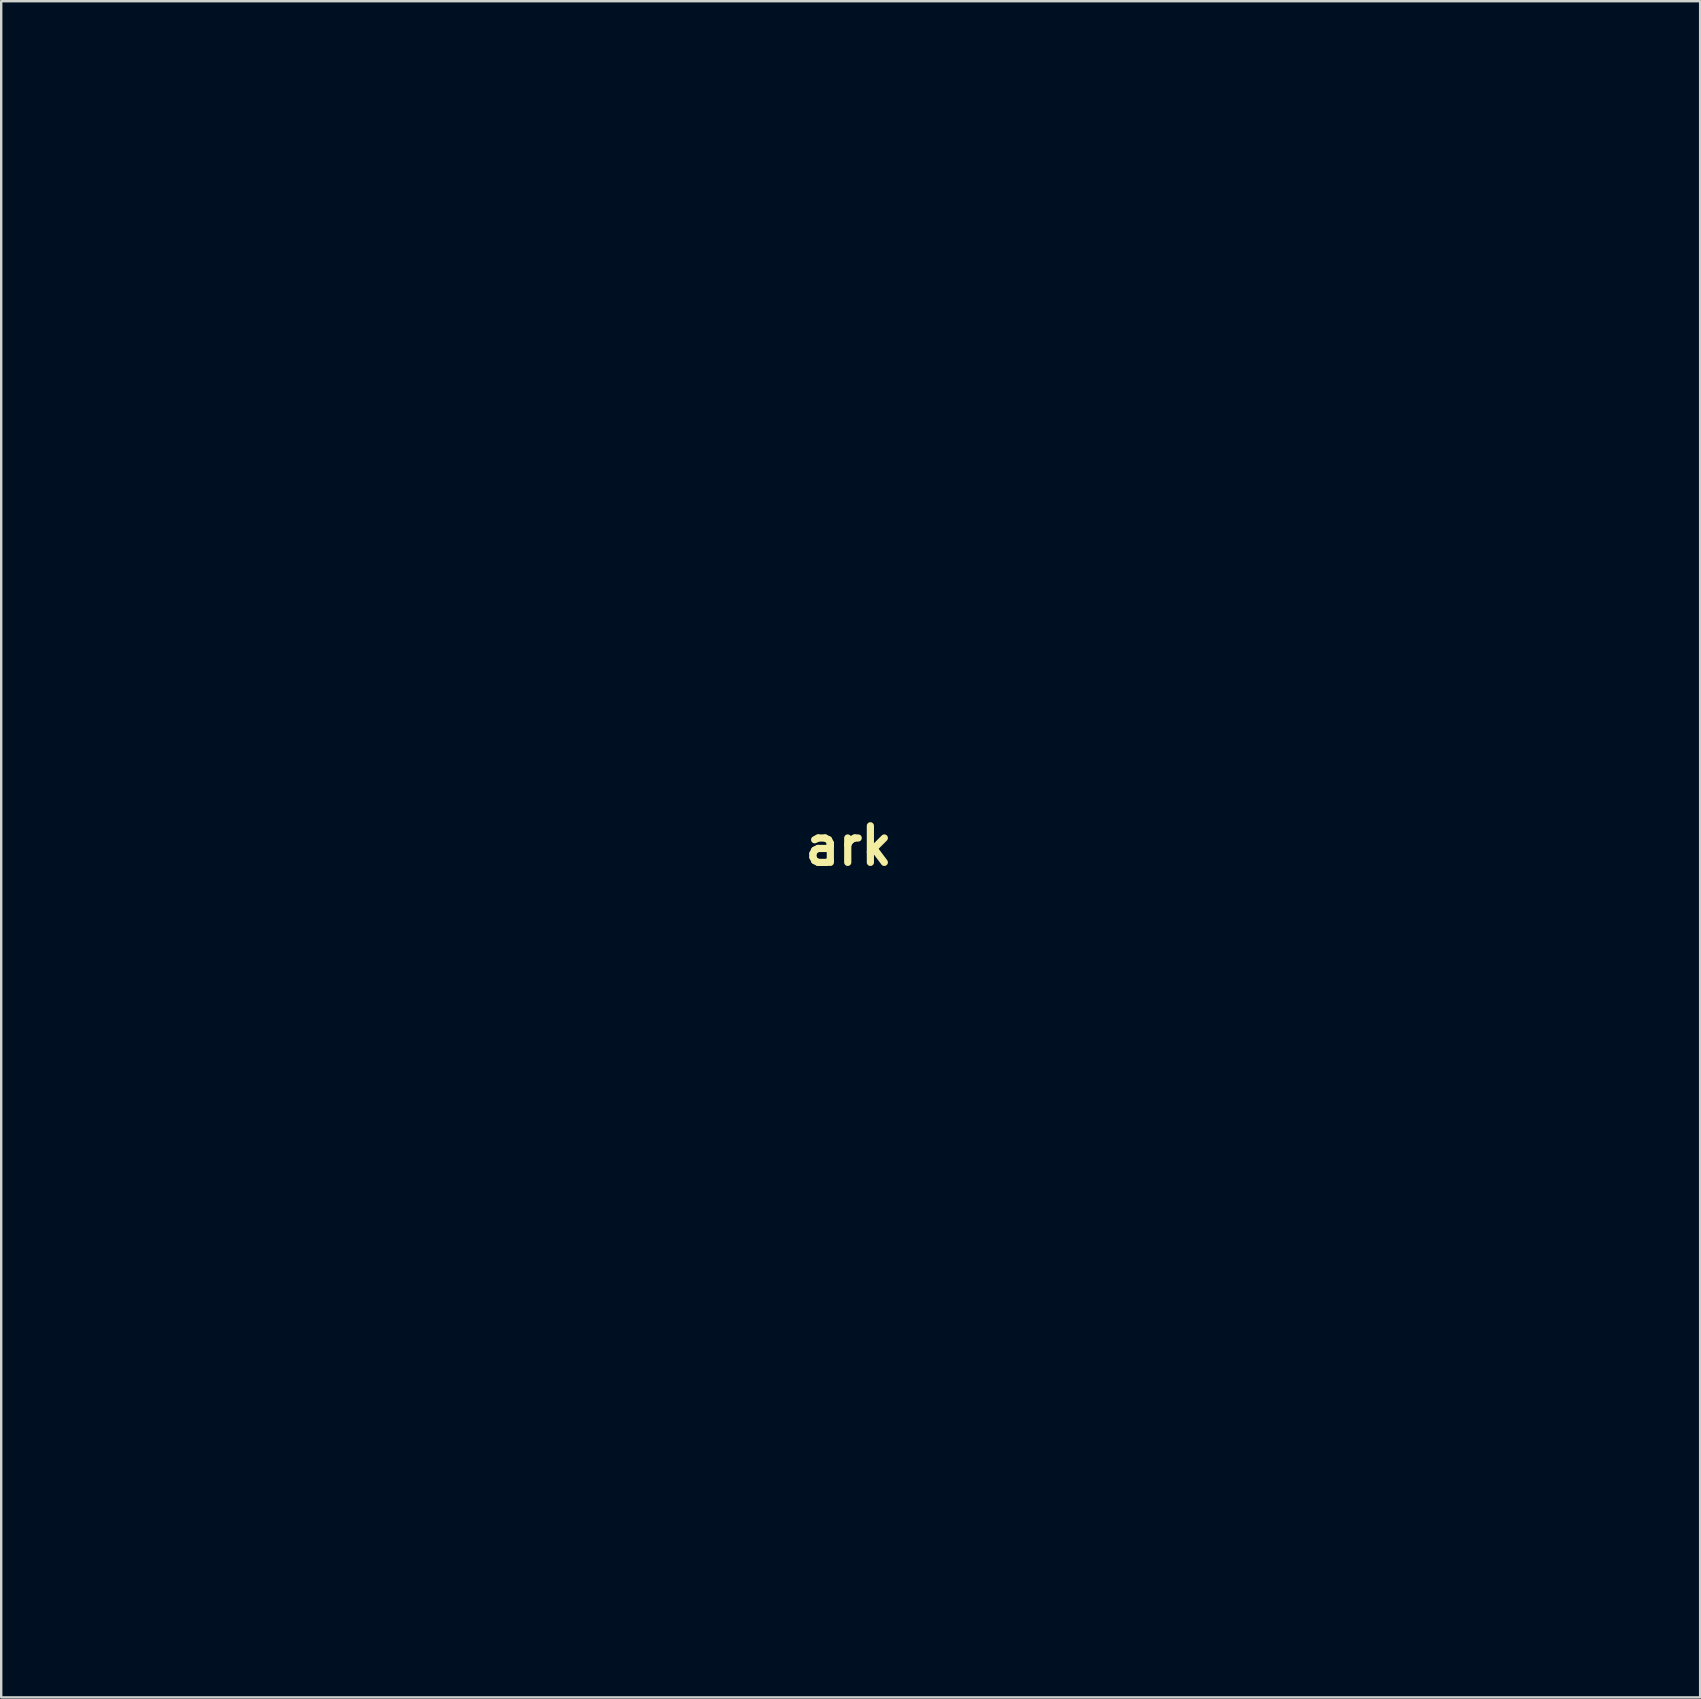
<source format=kicad_pcb>
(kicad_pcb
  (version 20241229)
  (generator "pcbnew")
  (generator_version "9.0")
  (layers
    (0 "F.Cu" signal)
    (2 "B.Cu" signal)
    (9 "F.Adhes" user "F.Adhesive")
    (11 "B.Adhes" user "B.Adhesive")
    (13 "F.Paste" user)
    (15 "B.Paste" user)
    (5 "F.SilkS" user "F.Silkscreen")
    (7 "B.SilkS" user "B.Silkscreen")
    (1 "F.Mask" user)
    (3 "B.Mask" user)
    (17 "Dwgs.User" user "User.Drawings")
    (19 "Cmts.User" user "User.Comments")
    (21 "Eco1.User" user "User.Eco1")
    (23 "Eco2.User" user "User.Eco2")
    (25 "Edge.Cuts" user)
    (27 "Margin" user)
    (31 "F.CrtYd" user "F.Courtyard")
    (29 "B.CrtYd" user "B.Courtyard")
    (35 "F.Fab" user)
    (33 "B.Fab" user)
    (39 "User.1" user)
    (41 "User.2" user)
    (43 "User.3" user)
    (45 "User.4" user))
  (footprint "ark"
    (layer "F.Cu")
    (at 32.317 32.201)
    (property "Reference" "ark" (at 0 0 0) (layer "F.SilkS") (effects (font (size 1.524 1.524) (thickness 0.3))))
    (attr through_hole)
    (fp_poly (pts (xy 0.253 -32.105) (xy 0.693 -31.84) (xy 1.386 -31.413) (xy 2.314 -30.835) (xy 3.457 -30.118) (xy 4.798 -29.275) (xy 6.318 -28.317) (xy 7.997 -27.255) (xy 9.816 -26.103) (xy 11.758 -24.871) (xy 13.802 -23.572) (xy 15.931 -22.217) (xy 16.376 -21.934) (xy 32.484 -11.671) (xy 32.484 32.484) (xy 9.158 32.484) (xy 9.158 11.404) (xy 18.834 11.404) (xy 18.833 5.4) (xy 18.83 3.904) (xy 18.82 2.443) (xy 18.805 1.071) (xy 18.786 -0.157) (xy 18.763 -1.185) (xy 18.738 -1.958) (xy 18.721 -2.289) (xy 18.609 -3.974) (xy 13.65 -3.974) (xy 13.65 4.665) (xy 2.246 4.665) (xy 2.246 -3.801) (xy -2.073 -3.801) (xy -2.073 4.665) (xy -13.478 4.665) (xy -13.478 -3.974) (xy -18.436 -3.974) (xy -18.548 -2.289) (xy -18.575 -1.707) (xy -18.599 -0.834) (xy -18.621 0.274) (xy -18.639 1.561) (xy -18.651 2.973) (xy -18.659 4.453) (xy -18.66 5.4) (xy -18.661 11.404) (xy -8.985 11.404) (xy -8.985 32.484) (xy -32.312 32.484) (xy -32.312 29.029) (xy -28.856 29.029) (xy -12.441 29.029) (xy -12.441 14.86) (xy -22.171 14.86) (xy -22.057 12.5) (xy -22.035 11.85) (xy -22.014 10.9) (xy -21.994 9.694) (xy -21.978 8.278) (xy -21.964 6.697) (xy -21.953 4.996) (xy -21.947 3.221) (xy -21.944 1.416) (xy -21.944 1.355) (xy -21.944 -7.43) (xy -10.022 -7.43) (xy -10.022 1.21) (xy -5.529 1.21) (xy -5.529 -7.257) (xy 5.702 -7.257) (xy 5.702 1.21) (xy 10.195 1.21) (xy 10.195 -7.43) (xy 22.117 -7.43) (xy 22.117 1.355) (xy 22.119 3.16) (xy 22.126 4.938) (xy 22.136 6.642) (xy 22.15 8.227) (xy 22.167 9.649) (xy 22.186 10.863) (xy 22.207 11.823) (xy 22.229 12.483) (xy 22.23 12.5) (xy 22.343 14.86) (xy 12.614 14.86) (xy 12.614 29.029) (xy 29.029 29.029) (xy 29.018 -9.935) (xy 26.993 -11.185) (xy 26.534 -11.47) (xy 25.808 -11.923) (xy 24.842 -12.528) (xy 23.663 -13.268) (xy 22.295 -14.127) (xy 20.765 -15.089) (xy 19.1 -16.137) (xy 17.324 -17.254) (xy 15.465 -18.425) (xy 13.548 -19.633) (xy 12.529 -20.274) (xy 0.09 -28.115) (xy -1.208 -27.301) (xy -1.562 -27.079) (xy -2.182 -26.688) (xy -3.044 -26.146) (xy -4.12 -25.468) (xy -5.386 -24.671) (xy -6.815 -23.77) (xy -8.382 -22.783) (xy -10.061 -21.725) (xy -11.826 -20.613) (xy -13.651 -19.462) (xy -13.823 -19.354) (xy -15.67 -18.19) (xy -17.472 -17.055) (xy -19.201 -15.966) (xy -20.831 -14.941) (xy -22.333 -13.997) (xy -23.681 -13.15) (xy -24.847 -12.418) (xy -25.804 -11.819) (xy -26.524 -11.368) (xy -26.981 -11.085) (xy -26.992 -11.078) (xy -28.844 -9.935) (xy -28.85 9.547) (xy -28.856 29.029) (xy -32.312 29.029) (xy -32.312 -11.671) (xy -16.203 -21.934) (xy -14.059 -23.299) (xy -11.996 -24.61) (xy -10.032 -25.857) (xy -8.186 -27.026) (xy -6.477 -28.107) (xy -4.923 -29.087) (xy -3.544 -29.955) (xy -2.358 -30.699) (xy -1.385 -31.306) (xy -0.642 -31.765) (xy -0.149 -32.065) (xy 0.075 -32.192) (xy 0.086 -32.196) (xy 0.253 -32.105)) (stroke (width 0.01) (type solid)) (fill no) (layer "Eco2.User")))
  (gr_rect
    (start -3 -3)
    (end 67.806 67.691)
    (stroke (width 0.1) (type default))
    (fill no)
    (layer "Edge.Cuts")))
</source>
